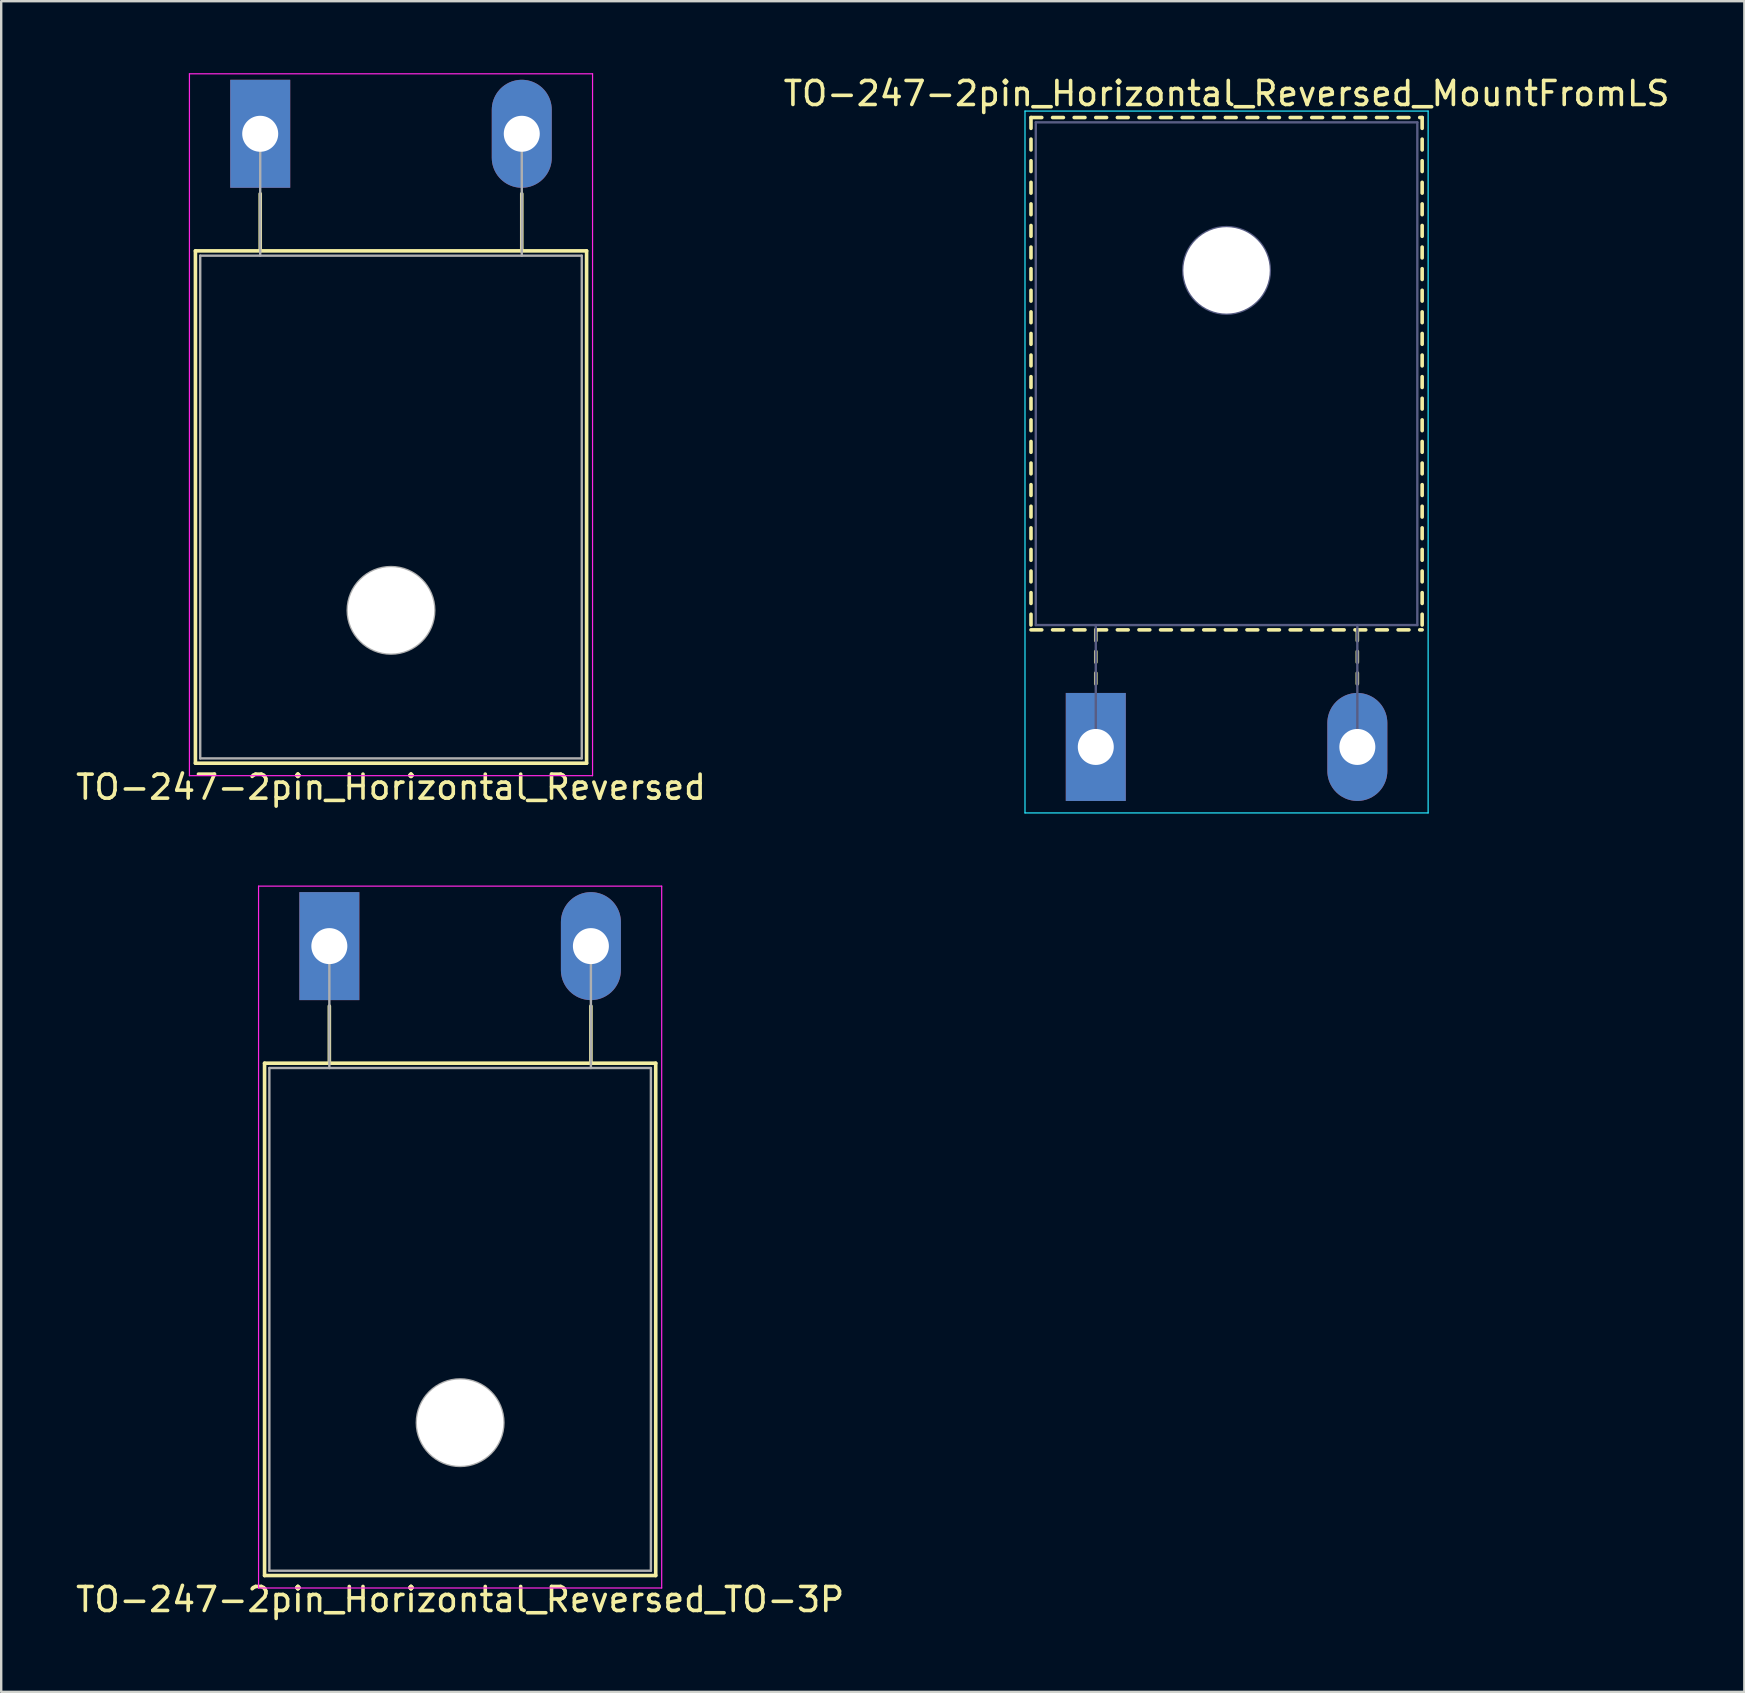
<source format=kicad_pcb>
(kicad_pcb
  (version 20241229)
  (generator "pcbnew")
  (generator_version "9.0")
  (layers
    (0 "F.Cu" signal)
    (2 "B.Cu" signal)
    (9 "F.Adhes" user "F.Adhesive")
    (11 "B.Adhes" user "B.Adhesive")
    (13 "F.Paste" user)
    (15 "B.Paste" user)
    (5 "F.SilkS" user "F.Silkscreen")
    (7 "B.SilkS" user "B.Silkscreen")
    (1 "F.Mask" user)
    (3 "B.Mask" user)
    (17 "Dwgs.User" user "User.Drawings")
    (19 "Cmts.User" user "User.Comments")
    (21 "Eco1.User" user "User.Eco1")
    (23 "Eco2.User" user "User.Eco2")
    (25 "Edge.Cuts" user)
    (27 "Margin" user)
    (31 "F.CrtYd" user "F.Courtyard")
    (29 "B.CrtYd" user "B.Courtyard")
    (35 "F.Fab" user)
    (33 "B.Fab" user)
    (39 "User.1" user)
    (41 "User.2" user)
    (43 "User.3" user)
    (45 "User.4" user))
  (footprint "TO-247-2pin_Horizontal_Reversed_MountFromLS"
    (layer "F.Cu")
    (at 42.615 28.078)
    (property "Reference" "TO-247-2pin_Horizontal_Reversed_MountFromLS" (at 5.45 -27.23 0) (layer "F.SilkS") (effects (font (size 1 1) (thickness 0.15))))
    (attr through_hole)
    (fp_line (start -2.7 -26.23) (end -2.7 -25.78) (stroke (width 0.15) (type solid)) (layer "F.SilkS"))
    (fp_line (start -2.7 -26.23) (end -2.25 -26.23) (stroke (width 0.15) (type solid)) (layer "F.SilkS"))
    (fp_line (start -2.7 -25.33) (end -2.7 -24.88) (stroke (width 0.15) (type solid)) (layer "F.SilkS"))
    (fp_line (start -2.7 -24.43) (end -2.7 -23.98) (stroke (width 0.15) (type solid)) (layer "F.SilkS"))
    (fp_line (start -2.7 -23.53) (end -2.7 -23.08) (stroke (width 0.15) (type solid)) (layer "F.SilkS"))
    (fp_line (start -2.7 -22.631) (end -2.7 -22.181) (stroke (width 0.15) (type solid)) (layer "F.SilkS"))
    (fp_line (start -2.7 -21.731) (end -2.7 -21.281) (stroke (width 0.15) (type solid)) (layer "F.SilkS"))
    (fp_line (start -2.7 -20.831) (end -2.7 -20.381) (stroke (width 0.15) (type solid)) (layer "F.SilkS"))
    (fp_line (start -2.7 -19.931) (end -2.7 -19.481) (stroke (width 0.15) (type solid)) (layer "F.SilkS"))
    (fp_line (start -2.7 -19.031) (end -2.7 -18.581) (stroke (width 0.15) (type solid)) (layer "F.SilkS"))
    (fp_line (start -2.7 -18.131) (end -2.7 -17.681) (stroke (width 0.15) (type solid)) (layer "F.SilkS"))
    (fp_line (start -2.7 -17.231) (end -2.7 -16.781) (stroke (width 0.15) (type solid)) (layer "F.SilkS"))
    (fp_line (start -2.7 -16.331) (end -2.7 -15.881) (stroke (width 0.15) (type solid)) (layer "F.SilkS"))
    (fp_line (start -2.7 -15.431) (end -2.7 -14.981) (stroke (width 0.15) (type solid)) (layer "F.SilkS"))
    (fp_line (start -2.7 -14.531) (end -2.7 -14.081) (stroke (width 0.15) (type solid)) (layer "F.SilkS"))
    (fp_line (start -2.7 -13.631) (end -2.7 -13.181) (stroke (width 0.15) (type solid)) (layer "F.SilkS"))
    (fp_line (start -2.7 -12.731) (end -2.7 -12.281) (stroke (width 0.15) (type solid)) (layer "F.SilkS"))
    (fp_line (start -2.7 -11.831) (end -2.7 -11.381) (stroke (width 0.15) (type solid)) (layer "F.SilkS"))
    (fp_line (start -2.7 -10.931) (end -2.7 -10.481) (stroke (width 0.15) (type solid)) (layer "F.SilkS"))
    (fp_line (start -2.7 -10.031) (end -2.7 -9.581) (stroke (width 0.15) (type solid)) (layer "F.SilkS"))
    (fp_line (start -2.7 -9.131) (end -2.7 -8.681) (stroke (width 0.15) (type solid)) (layer "F.SilkS"))
    (fp_line (start -2.7 -8.231) (end -2.7 -7.781) (stroke (width 0.15) (type solid)) (layer "F.SilkS"))
    (fp_line (start -2.7 -7.331) (end -2.7 -6.881) (stroke (width 0.15) (type solid)) (layer "F.SilkS"))
    (fp_line (start -2.7 -6.431) (end -2.7 -5.981) (stroke (width 0.15) (type solid)) (layer "F.SilkS"))
    (fp_line (start -2.7 -5.531) (end -2.7 -5.081) (stroke (width 0.15) (type solid)) (layer "F.SilkS"))
    (fp_line (start -2.7 -4.88) (end -2.25 -4.88) (stroke (width 0.15) (type solid)) (layer "F.SilkS"))
    (fp_line (start -1.8 -26.23) (end -1.35 -26.23) (stroke (width 0.15) (type solid)) (layer "F.SilkS"))
    (fp_line (start -1.8 -4.88) (end -1.35 -4.88) (stroke (width 0.15) (type solid)) (layer "F.SilkS"))
    (fp_line (start -0.901 -26.23) (end -0.451 -26.23) (stroke (width 0.15) (type solid)) (layer "F.SilkS"))
    (fp_line (start -0.901 -4.88) (end -0.451 -4.88) (stroke (width 0.15) (type solid)) (layer "F.SilkS"))
    (fp_line (start -0.001 -26.23) (end 0.45 -26.23) (stroke (width 0.15) (type solid)) (layer "F.SilkS"))
    (fp_line (start -0.001 -4.88) (end 0.45 -4.88) (stroke (width 0.15) (type solid)) (layer "F.SilkS"))
    (fp_line (start 0 -4.88) (end 0 -4.43) (stroke (width 0.15) (type solid)) (layer "F.SilkS"))
    (fp_line (start 0 -3.98) (end 0 -3.53) (stroke (width 0.15) (type solid)) (layer "F.SilkS"))
    (fp_line (start 0 -3.08) (end 0 -2.63) (stroke (width 0.15) (type solid)) (layer "F.SilkS"))
    (fp_line (start 0.9 -26.23) (end 1.35 -26.23) (stroke (width 0.15) (type solid)) (layer "F.SilkS"))
    (fp_line (start 0.9 -4.88) (end 1.35 -4.88) (stroke (width 0.15) (type solid)) (layer "F.SilkS"))
    (fp_line (start 1.8 -26.23) (end 2.25 -26.23) (stroke (width 0.15) (type solid)) (layer "F.SilkS"))
    (fp_line (start 1.8 -4.88) (end 2.25 -4.88) (stroke (width 0.15) (type solid)) (layer "F.SilkS"))
    (fp_line (start 2.7 -26.23) (end 3.15 -26.23) (stroke (width 0.15) (type solid)) (layer "F.SilkS"))
    (fp_line (start 2.7 -4.88) (end 3.15 -4.88) (stroke (width 0.15) (type solid)) (layer "F.SilkS"))
    (fp_line (start 3.6 -26.23) (end 4.05 -26.23) (stroke (width 0.15) (type solid)) (layer "F.SilkS"))
    (fp_line (start 3.6 -4.88) (end 4.05 -4.88) (stroke (width 0.15) (type solid)) (layer "F.SilkS"))
    (fp_line (start 4.5 -26.23) (end 4.95 -26.23) (stroke (width 0.15) (type solid)) (layer "F.SilkS"))
    (fp_line (start 4.5 -4.88) (end 4.95 -4.88) (stroke (width 0.15) (type solid)) (layer "F.SilkS"))
    (fp_line (start 5.4 -26.23) (end 5.85 -26.23) (stroke (width 0.15) (type solid)) (layer "F.SilkS"))
    (fp_line (start 5.4 -4.88) (end 5.85 -4.88) (stroke (width 0.15) (type solid)) (layer "F.SilkS"))
    (fp_line (start 6.301 -26.23) (end 6.751 -26.23) (stroke (width 0.15) (type solid)) (layer "F.SilkS"))
    (fp_line (start 6.301 -4.88) (end 6.751 -4.88) (stroke (width 0.15) (type solid)) (layer "F.SilkS"))
    (fp_line (start 7.201 -26.23) (end 7.651 -26.23) (stroke (width 0.15) (type solid)) (layer "F.SilkS"))
    (fp_line (start 7.201 -4.88) (end 7.651 -4.88) (stroke (width 0.15) (type solid)) (layer "F.SilkS"))
    (fp_line (start 8.101 -26.23) (end 8.55 -26.23) (stroke (width 0.15) (type solid)) (layer "F.SilkS"))
    (fp_line (start 8.101 -4.88) (end 8.55 -4.88) (stroke (width 0.15) (type solid)) (layer "F.SilkS"))
    (fp_line (start 9 -26.23) (end 9.45 -26.23) (stroke (width 0.15) (type solid)) (layer "F.SilkS"))
    (fp_line (start 9 -4.88) (end 9.45 -4.88) (stroke (width 0.15) (type solid)) (layer "F.SilkS"))
    (fp_line (start 9.9 -26.23) (end 10.35 -26.23) (stroke (width 0.15) (type solid)) (layer "F.SilkS"))
    (fp_line (start 9.9 -4.88) (end 10.35 -4.88) (stroke (width 0.15) (type solid)) (layer "F.SilkS"))
    (fp_line (start 10.8 -26.23) (end 11.25 -26.23) (stroke (width 0.15) (type solid)) (layer "F.SilkS"))
    (fp_line (start 10.8 -4.88) (end 11.25 -4.88) (stroke (width 0.15) (type solid)) (layer "F.SilkS"))
    (fp_line (start 10.9 -4.88) (end 10.9 -4.43) (stroke (width 0.15) (type solid)) (layer "F.SilkS"))
    (fp_line (start 10.9 -3.98) (end 10.9 -3.53) (stroke (width 0.15) (type solid)) (layer "F.SilkS"))
    (fp_line (start 10.9 -3.08) (end 10.9 -2.63) (stroke (width 0.15) (type solid)) (layer "F.SilkS"))
    (fp_line (start 11.7 -26.23) (end 12.15 -26.23) (stroke (width 0.15) (type solid)) (layer "F.SilkS"))
    (fp_line (start 11.7 -4.88) (end 12.15 -4.88) (stroke (width 0.15) (type solid)) (layer "F.SilkS"))
    (fp_line (start 12.6 -26.23) (end 13.05 -26.23) (stroke (width 0.15) (type solid)) (layer "F.SilkS"))
    (fp_line (start 12.6 -4.88) (end 13.05 -4.88) (stroke (width 0.15) (type solid)) (layer "F.SilkS"))
    (fp_line (start 13.5 -26.23) (end 13.601 -26.23) (stroke (width 0.15) (type solid)) (layer "F.SilkS"))
    (fp_line (start 13.5 -4.88) (end 13.601 -4.88) (stroke (width 0.15) (type solid)) (layer "F.SilkS"))
    (fp_line (start 13.601 -26.23) (end 13.601 -25.78) (stroke (width 0.15) (type solid)) (layer "F.SilkS"))
    (fp_line (start 13.601 -25.33) (end 13.601 -24.88) (stroke (width 0.15) (type solid)) (layer "F.SilkS"))
    (fp_line (start 13.601 -24.43) (end 13.601 -23.98) (stroke (width 0.15) (type solid)) (layer "F.SilkS"))
    (fp_line (start 13.601 -23.53) (end 13.601 -23.08) (stroke (width 0.15) (type solid)) (layer "F.SilkS"))
    (fp_line (start 13.601 -22.631) (end 13.601 -22.181) (stroke (width 0.15) (type solid)) (layer "F.SilkS"))
    (fp_line (start 13.601 -21.731) (end 13.601 -21.281) (stroke (width 0.15) (type solid)) (layer "F.SilkS"))
    (fp_line (start 13.601 -20.831) (end 13.601 -20.381) (stroke (width 0.15) (type solid)) (layer "F.SilkS"))
    (fp_line (start 13.601 -19.931) (end 13.601 -19.481) (stroke (width 0.15) (type solid)) (layer "F.SilkS"))
    (fp_line (start 13.601 -19.031) (end 13.601 -18.581) (stroke (width 0.15) (type solid)) (layer "F.SilkS"))
    (fp_line (start 13.601 -18.131) (end 13.601 -17.681) (stroke (width 0.15) (type solid)) (layer "F.SilkS"))
    (fp_line (start 13.601 -17.231) (end 13.601 -16.781) (stroke (width 0.15) (type solid)) (layer "F.SilkS"))
    (fp_line (start 13.601 -16.331) (end 13.601 -15.881) (stroke (width 0.15) (type solid)) (layer "F.SilkS"))
    (fp_line (start 13.601 -15.431) (end 13.601 -14.981) (stroke (width 0.15) (type solid)) (layer "F.SilkS"))
    (fp_line (start 13.601 -14.531) (end 13.601 -14.081) (stroke (width 0.15) (type solid)) (layer "F.SilkS"))
    (fp_line (start 13.601 -13.631) (end 13.601 -13.181) (stroke (width 0.15) (type solid)) (layer "F.SilkS"))
    (fp_line (start 13.601 -12.731) (end 13.601 -12.281) (stroke (width 0.15) (type solid)) (layer "F.SilkS"))
    (fp_line (start 13.601 -11.831) (end 13.601 -11.381) (stroke (width 0.15) (type solid)) (layer "F.SilkS"))
    (fp_line (start 13.601 -10.931) (end 13.601 -10.481) (stroke (width 0.15) (type solid)) (layer "F.SilkS"))
    (fp_line (start 13.601 -10.031) (end 13.601 -9.581) (stroke (width 0.15) (type solid)) (layer "F.SilkS"))
    (fp_line (start 13.601 -9.131) (end 13.601 -8.681) (stroke (width 0.15) (type solid)) (layer "F.SilkS"))
    (fp_line (start 13.601 -8.231) (end 13.601 -7.781) (stroke (width 0.15) (type solid)) (layer "F.SilkS"))
    (fp_line (start 13.601 -7.331) (end 13.601 -6.881) (stroke (width 0.15) (type solid)) (layer "F.SilkS"))
    (fp_line (start 13.601 -6.431) (end 13.601 -5.981) (stroke (width 0.15) (type solid)) (layer "F.SilkS"))
    (fp_line (start 13.601 -5.531) (end 13.601 -5.081) (stroke (width 0.15) (type solid)) (layer "F.SilkS"))
    (fp_line (start -2.95 -26.5) (end -2.95 2.75) (stroke (width 0.05) (type solid)) (layer "B.CrtYd"))
    (fp_line (start -2.95 2.75) (end 13.85 2.75) (stroke (width 0.05) (type solid)) (layer "B.CrtYd"))
    (fp_line (start 13.85 -26.5) (end -2.95 -26.5) (stroke (width 0.05) (type solid)) (layer "B.CrtYd"))
    (fp_line (start 13.85 2.75) (end 13.85 -26.5) (stroke (width 0.05) (type solid)) (layer "B.CrtYd"))
    (fp_line (start -2.5 -26.03) (end 13.4 -26.03) (stroke (width 0.1) (type solid)) (layer "B.Fab"))
    (fp_line (start -2.5 -5.08) (end -2.5 -26.03) (stroke (width 0.1) (type solid)) (layer "B.Fab"))
    (fp_line (start 0 -5.08) (end 0 0) (stroke (width 0.1) (type solid)) (layer "B.Fab"))
    (fp_line (start 10.9 -5.08) (end 10.9 0) (stroke (width 0.1) (type solid)) (layer "B.Fab"))
    (fp_line (start 13.4 -26.03) (end 13.4 -5.08) (stroke (width 0.1) (type solid)) (layer "B.Fab"))
    (fp_line (start 13.4 -5.08) (end -2.5 -5.08) (stroke (width 0.1) (type solid)) (layer "B.Fab"))
    (fp_circle (center 5.45 -19.86) (end 7.255 -19.86) (stroke (width 0.1) (type solid)) (fill no) (layer "B.Fab"))
    (pad "" np_thru_hole oval (at 5.45 -19.86) (size 3.6 3.6) (drill 3.6) (layers "*.Cu" "*.Mask"))
    (pad "1" thru_hole rect (at 0 0) (size 2.5 4.5) (drill 1.5) (layers "*.Cu" "*.Mask"))
    (pad "2" thru_hole oval (at 10.9 0) (size 2.5 4.5) (drill 1.5) (layers "*.Cu" "*.Mask")))
  (footprint "TO-247-2pin_Horizontal_Reversed_TO-3P"
    (layer "F.Cu")
    (at 10.675 36.378)
    (property "Reference" "TO-247-2pin_Horizontal_Reversed_TO-3P" (at 5.45 27.23 0) (layer "F.SilkS") (effects (font (size 1 1) (thickness 0.15))))
    (attr through_hole)
    (fp_line (start -2.7 4.88) (end -2.7 26.23) (stroke (width 0.15) (type solid)) (layer "F.SilkS"))
    (fp_line (start -2.7 4.88) (end 13.601 4.88) (stroke (width 0.15) (type solid)) (layer "F.SilkS"))
    (fp_line (start -2.7 26.23) (end 13.601 26.23) (stroke (width 0.15) (type solid)) (layer "F.SilkS"))
    (fp_line (start 0 2.5) (end 0 4.88) (stroke (width 0.15) (type solid)) (layer "F.SilkS"))
    (fp_line (start 10.9 2.5) (end 10.9 4.88) (stroke (width 0.15) (type solid)) (layer "F.SilkS"))
    (fp_line (start 13.601 4.88) (end 13.601 26.23) (stroke (width 0.15) (type solid)) (layer "F.SilkS"))
    (fp_line (start -2.95 -2.5) (end -2.95 26.75) (stroke (width 0.05) (type solid)) (layer "F.CrtYd"))
    (fp_line (start -2.95 26.75) (end 13.85 26.75) (stroke (width 0.05) (type solid)) (layer "F.CrtYd"))
    (fp_line (start 13.85 -2.5) (end -2.95 -2.5) (stroke (width 0.05) (type solid)) (layer "F.CrtYd"))
    (fp_line (start 13.85 26.75) (end 13.85 -2.5) (stroke (width 0.05) (type solid)) (layer "F.CrtYd"))
    (fp_line (start -2.5 5.08) (end -2.5 26.03) (stroke (width 0.1) (type solid)) (layer "F.Fab"))
    (fp_line (start -2.5 26.03) (end 13.4 26.03) (stroke (width 0.1) (type solid)) (layer "F.Fab"))
    (fp_line (start 0 5.08) (end 0 0) (stroke (width 0.1) (type solid)) (layer "F.Fab"))
    (fp_line (start 10.9 5.08) (end 10.9 0) (stroke (width 0.1) (type solid)) (layer "F.Fab"))
    (fp_line (start 13.4 5.08) (end -2.5 5.08) (stroke (width 0.1) (type solid)) (layer "F.Fab"))
    (fp_line (start 13.4 26.03) (end 13.4 5.08) (stroke (width 0.1) (type solid)) (layer "F.Fab"))
    (fp_circle (center 5.45 19.86) (end 7.255 19.86) (stroke (width 0.1) (type solid)) (fill no) (layer "F.Fab"))
    (pad "" np_thru_hole oval (at 5.45 19.86) (size 3.6 3.6) (drill 3.6) (layers "*.Cu" "*.Mask"))
    (pad "1" thru_hole rect (at 0 0) (size 2.5 4.5) (drill 1.5) (layers "*.Cu" "*.Mask"))
    (pad "2" thru_hole oval (at 10.9 0) (size 2.5 4.5) (drill 1.5) (layers "*.Cu" "*.Mask")))
  (footprint "TO-247-2pin_Horizontal_Reversed"
    (layer "F.Cu")
    (at 7.794 2.525)
    (property "Reference" "TO-247-2pin_Horizontal_Reversed" (at 5.45 27.23 0) (layer "F.SilkS") (effects (font (size 1 1) (thickness 0.15))))
    (attr through_hole)
    (fp_line (start -2.7 4.88) (end -2.7 26.23) (stroke (width 0.15) (type solid)) (layer "F.SilkS"))
    (fp_line (start -2.7 4.88) (end 13.601 4.88) (stroke (width 0.15) (type solid)) (layer "F.SilkS"))
    (fp_line (start -2.7 26.23) (end 13.601 26.23) (stroke (width 0.15) (type solid)) (layer "F.SilkS"))
    (fp_line (start 0 2.5) (end 0 4.88) (stroke (width 0.15) (type solid)) (layer "F.SilkS"))
    (fp_line (start 10.9 2.5) (end 10.9 4.88) (stroke (width 0.15) (type solid)) (layer "F.SilkS"))
    (fp_line (start 13.601 4.88) (end 13.601 26.23) (stroke (width 0.15) (type solid)) (layer "F.SilkS"))
    (fp_line (start -2.95 -2.5) (end -2.95 26.75) (stroke (width 0.05) (type solid)) (layer "F.CrtYd"))
    (fp_line (start -2.95 26.75) (end 13.85 26.75) (stroke (width 0.05) (type solid)) (layer "F.CrtYd"))
    (fp_line (start 13.85 -2.5) (end -2.95 -2.5) (stroke (width 0.05) (type solid)) (layer "F.CrtYd"))
    (fp_line (start 13.85 26.75) (end 13.85 -2.5) (stroke (width 0.05) (type solid)) (layer "F.CrtYd"))
    (fp_line (start -2.5 5.08) (end -2.5 26.03) (stroke (width 0.1) (type solid)) (layer "F.Fab"))
    (fp_line (start -2.5 26.03) (end 13.4 26.03) (stroke (width 0.1) (type solid)) (layer "F.Fab"))
    (fp_line (start 0 5.08) (end 0 0) (stroke (width 0.1) (type solid)) (layer "F.Fab"))
    (fp_line (start 10.9 5.08) (end 10.9 0) (stroke (width 0.1) (type solid)) (layer "F.Fab"))
    (fp_line (start 13.4 5.08) (end -2.5 5.08) (stroke (width 0.1) (type solid)) (layer "F.Fab"))
    (fp_line (start 13.4 26.03) (end 13.4 5.08) (stroke (width 0.1) (type solid)) (layer "F.Fab"))
    (fp_circle (center 5.45 19.86) (end 7.255 19.86) (stroke (width 0.1) (type solid)) (fill no) (layer "F.Fab"))
    (pad "" np_thru_hole oval (at 5.45 19.86) (size 3.6 3.6) (drill 3.6) (layers "*.Cu" "*.Mask"))
    (pad "1" thru_hole rect (at 0 0) (size 2.5 4.5) (drill 1.5) (layers "*.Cu" "*.Mask"))
    (pad "2" thru_hole oval (at 10.9 0) (size 2.5 4.5) (drill 1.5) (layers "*.Cu" "*.Mask")))
  (gr_rect
    (start -3 -3)
    (end 69.643 67.457)
    (stroke (width 0.1) (type default))
    (fill no)
    (layer "Edge.Cuts")))
</source>
